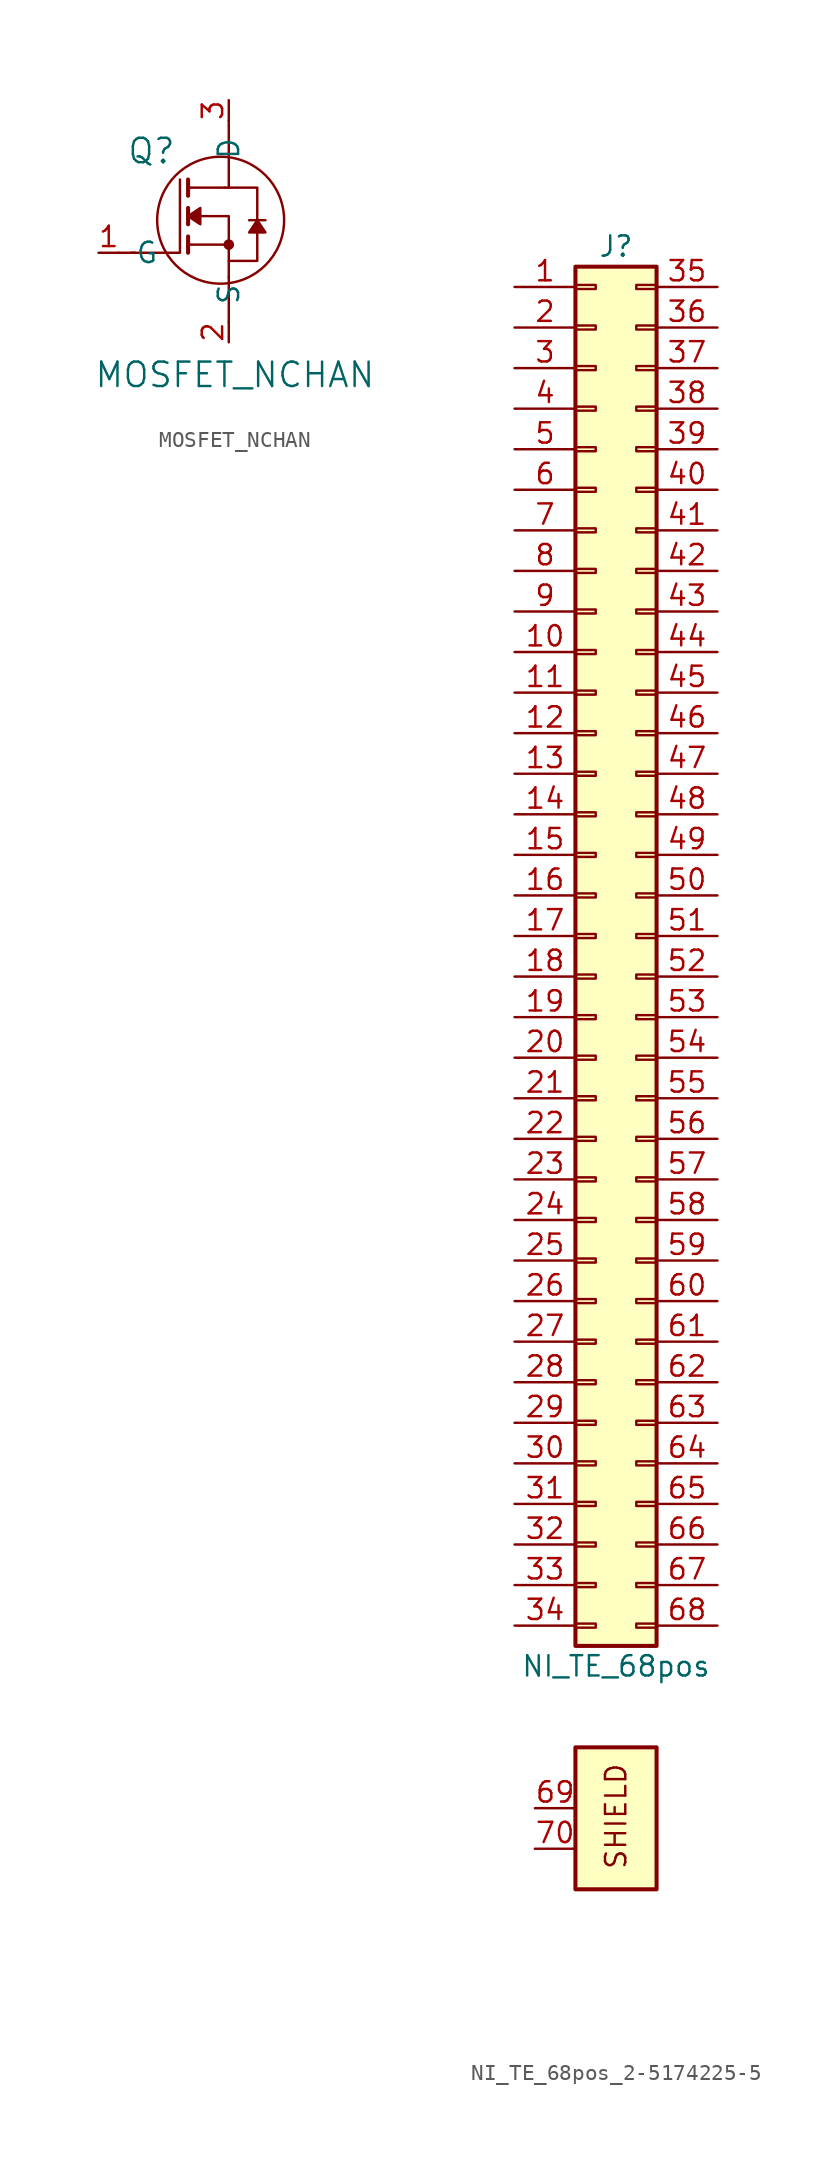
<source format=kicad_sym>
(kicad_symbol_lib
  (version 20231120)
  (generator "kicad_symbol_editor")
  (generator_version "8.0")
  (symbol "MOSFET_NCHAN"
    (pin_names
      (offset 1.016))
    (property "Reference" "Q"
      (at -4.826 6.35 0)
      (effects (font (size 1.524 1.524))))
    (property "Value" "MOSFET_NCHAN"
      (at 0.381 -7.62 0)
      (effects (font (size 1.524 1.524))))
    (property "Footprint" ""
      (at 0 2.286 0)
      (effects (font (size 1.524 1.524))))
    (property "Datasheet" ""
      (at 0 2.286 0)
      (effects (font (size 1.524 1.524))))
    (symbol "MOSFET_NCHAN_0_1"
      (circle (center -0.508 2.032) (radius 3.962) (stroke (width 0) (type solid)) (fill (type none)))
      (polyline (pts (xy -6.858 0) (xy -5.842 0)) (stroke (width 0) (type solid)) (fill (type none)))
      (polyline (pts (xy -2.54 0) (xy -2.54 1.016)) (stroke (width 0.254) (type solid)) (fill (type none)))
      (polyline (pts (xy -2.54 1.778) (xy -2.54 2.794)) (stroke (width 0.254) (type solid)) (fill (type none)))
      (polyline (pts (xy -2.54 3.556) (xy -2.54 4.572)) (stroke (width 0.254) (type solid)) (fill (type none)))
      (polyline (pts (xy -0.254 4.064) (xy -2.54 4.064)) (stroke (width 0) (type solid)) (fill (type none)))
      (polyline (pts (xy 0 -4.318) (xy 0 -1.524)) (stroke (width 0) (type solid)) (fill (type none)))
      (polyline (pts (xy 0 0.508) (xy 0 -1.524)) (stroke (width 0) (type solid)) (fill (type none)))
      (polyline (pts (xy 0 8.255) (xy 0 4.064)) (stroke (width 0) (type solid)) (fill (type none)))
      (polyline (pts (xy 1.27 2.032) (xy 2.286 2.032)) (stroke (width 0) (type solid)) (fill (type none)))
      (polyline (pts (xy -6.096 0) (xy -3.048 0) (xy -3.048 4.572)) (stroke (width 0) (type solid)) (fill (type none)))
      (polyline (pts (xy -2.54 0.508) (xy 0 0.508) (xy 0 2.286) (xy -1.778 2.286)) (stroke (width 0) (type solid)) (fill (type none)))
      (polyline (pts (xy -2.54 2.286) (xy -1.778 2.794) (xy -1.778 1.778) (xy -2.54 2.286)) (stroke (width 0) (type solid)) (fill (type outline)))
      (polyline (pts (xy 0 -0.508) (xy 1.778 -0.508) (xy 1.778 4.064) (xy -0.254 4.064)) (stroke (width 0) (type solid)) (fill (type none)))
      (polyline (pts (xy 1.778 2.032) (xy 1.27 1.27) (xy 2.286 1.27) (xy 1.778 2.032)) (stroke (width 0) (type solid)) (fill (type outline)))
      (circle (center 0 0.508) (radius 0.254) (stroke (width 0) (type solid)) (fill (type outline))))
    (symbol "MOSFET_NCHAN_1_1"
      (pin input line (at -8.128 0 0) (length 1.27) (name "G" (effects (font (size 1.27 1.27)))) (number "1" (effects (font (size 1.27 1.27)))))
      (pin input line (at 0 -5.588 90) (length 1.27) (name "S" (effects (font (size 1.27 1.27)))) (number "2" (effects (font (size 1.27 1.27)))))
      (pin input line (at 0 9.525 270) (length 1.27) (name "D" (effects (font (size 1.27 1.27)))) (number "3" (effects (font (size 1.27 1.27)))))))
  (symbol "NI_TE_68pos_2-5174225-5"
    (pin_names
      (offset 1.016) hide)
    (property "Reference" "J"
      (at 1.27 43.18 0)
      (effects (font (size 1.27 1.27))))
    (property "Value" "NI_TE_68pos"
      (at 1.27 -45.72 0)
      (effects (font (size 1.27 1.27))))
    (symbol "NI_TE_68pos_2-5174225-5_1_1"
      (rectangle (start -1.27 -50.8) (end 3.81 -59.69) (stroke (width 0.254) (type default)) (fill (type background)))
      (rectangle (start -1.27 -43.053) (end 0 -43.307) (stroke (width 0.152) (type default)) (fill (type none)))
      (rectangle (start -1.27 -40.513) (end 0 -40.767) (stroke (width 0.152) (type default)) (fill (type none)))
      (rectangle (start -1.27 -37.973) (end 0 -38.227) (stroke (width 0.152) (type default)) (fill (type none)))
      (rectangle (start -1.27 -35.433) (end 0 -35.687) (stroke (width 0.152) (type default)) (fill (type none)))
      (rectangle (start -1.27 -32.893) (end 0 -33.147) (stroke (width 0.152) (type default)) (fill (type none)))
      (rectangle (start -1.27 -30.353) (end 0 -30.607) (stroke (width 0.152) (type default)) (fill (type none)))
      (rectangle (start -1.27 -27.813) (end 0 -28.067) (stroke (width 0.152) (type default)) (fill (type none)))
      (rectangle (start -1.27 -25.273) (end 0 -25.527) (stroke (width 0.152) (type default)) (fill (type none)))
      (rectangle (start -1.27 -22.733) (end 0 -22.987) (stroke (width 0.152) (type default)) (fill (type none)))
      (rectangle (start -1.27 -20.193) (end 0 -20.447) (stroke (width 0.152) (type default)) (fill (type none)))
      (rectangle (start -1.27 -17.653) (end 0 -17.907) (stroke (width 0.152) (type default)) (fill (type none)))
      (rectangle (start -1.27 -15.113) (end 0 -15.367) (stroke (width 0.152) (type default)) (fill (type none)))
      (rectangle (start -1.27 -12.573) (end 0 -12.827) (stroke (width 0.152) (type default)) (fill (type none)))
      (rectangle (start -1.27 -10.033) (end 0 -10.287) (stroke (width 0.152) (type default)) (fill (type none)))
      (rectangle (start -1.27 -7.493) (end 0 -7.747) (stroke (width 0.152) (type default)) (fill (type none)))
      (rectangle (start -1.27 -4.953) (end 0 -5.207) (stroke (width 0.152) (type default)) (fill (type none)))
      (rectangle (start -1.27 -2.413) (end 0 -2.667) (stroke (width 0.152) (type default)) (fill (type none)))
      (rectangle (start -1.27 0.127) (end 0 -0.127) (stroke (width 0.152) (type default)) (fill (type none)))
      (rectangle (start -1.27 2.667) (end 0 2.413) (stroke (width 0.152) (type default)) (fill (type none)))
      (rectangle (start -1.27 5.207) (end 0 4.953) (stroke (width 0.152) (type default)) (fill (type none)))
      (rectangle (start -1.27 7.747) (end 0 7.493) (stroke (width 0.152) (type default)) (fill (type none)))
      (rectangle (start -1.27 10.287) (end 0 10.033) (stroke (width 0.152) (type default)) (fill (type none)))
      (rectangle (start -1.27 12.827) (end 0 12.573) (stroke (width 0.152) (type default)) (fill (type none)))
      (rectangle (start -1.27 15.367) (end 0 15.113) (stroke (width 0.152) (type default)) (fill (type none)))
      (rectangle (start -1.27 17.907) (end 0 17.653) (stroke (width 0.152) (type default)) (fill (type none)))
      (rectangle (start -1.27 20.447) (end 0 20.193) (stroke (width 0.152) (type default)) (fill (type none)))
      (rectangle (start -1.27 22.987) (end 0 22.733) (stroke (width 0.152) (type default)) (fill (type none)))
      (rectangle (start -1.27 25.527) (end 0 25.273) (stroke (width 0.152) (type default)) (fill (type none)))
      (rectangle (start -1.27 28.067) (end 0 27.813) (stroke (width 0.152) (type default)) (fill (type none)))
      (rectangle (start -1.27 30.607) (end 0 30.353) (stroke (width 0.152) (type default)) (fill (type none)))
      (rectangle (start -1.27 33.147) (end 0 32.893) (stroke (width 0.152) (type default)) (fill (type none)))
      (rectangle (start -1.27 35.687) (end 0 35.433) (stroke (width 0.152) (type default)) (fill (type none)))
      (rectangle (start -1.27 38.227) (end 0 37.973) (stroke (width 0.152) (type default)) (fill (type none)))
      (rectangle (start -1.27 40.767) (end 0 40.513) (stroke (width 0.152) (type default)) (fill (type none)))
      (rectangle (start -1.27 41.91) (end 3.81 -44.45) (stroke (width 0.254) (type default)) (fill (type background)))
      (rectangle (start 3.81 -43.053) (end 2.54 -43.307) (stroke (width 0.152) (type default)) (fill (type none)))
      (rectangle (start 3.81 -40.513) (end 2.54 -40.767) (stroke (width 0.152) (type default)) (fill (type none)))
      (rectangle (start 3.81 -37.973) (end 2.54 -38.227) (stroke (width 0.152) (type default)) (fill (type none)))
      (rectangle (start 3.81 -35.433) (end 2.54 -35.687) (stroke (width 0.152) (type default)) (fill (type none)))
      (rectangle (start 3.81 -32.893) (end 2.54 -33.147) (stroke (width 0.152) (type default)) (fill (type none)))
      (rectangle (start 3.81 -30.353) (end 2.54 -30.607) (stroke (width 0.152) (type default)) (fill (type none)))
      (rectangle (start 3.81 -27.813) (end 2.54 -28.067) (stroke (width 0.152) (type default)) (fill (type none)))
      (rectangle (start 3.81 -25.273) (end 2.54 -25.527) (stroke (width 0.152) (type default)) (fill (type none)))
      (rectangle (start 3.81 -22.733) (end 2.54 -22.987) (stroke (width 0.152) (type default)) (fill (type none)))
      (rectangle (start 3.81 -20.193) (end 2.54 -20.447) (stroke (width 0.152) (type default)) (fill (type none)))
      (rectangle (start 3.81 -17.653) (end 2.54 -17.907) (stroke (width 0.152) (type default)) (fill (type none)))
      (rectangle (start 3.81 -15.113) (end 2.54 -15.367) (stroke (width 0.152) (type default)) (fill (type none)))
      (rectangle (start 3.81 -12.573) (end 2.54 -12.827) (stroke (width 0.152) (type default)) (fill (type none)))
      (rectangle (start 3.81 -10.033) (end 2.54 -10.287) (stroke (width 0.152) (type default)) (fill (type none)))
      (rectangle (start 3.81 -7.493) (end 2.54 -7.747) (stroke (width 0.152) (type default)) (fill (type none)))
      (rectangle (start 3.81 -4.953) (end 2.54 -5.207) (stroke (width 0.152) (type default)) (fill (type none)))
      (rectangle (start 3.81 -2.413) (end 2.54 -2.667) (stroke (width 0.152) (type default)) (fill (type none)))
      (rectangle (start 3.81 0.127) (end 2.54 -0.127) (stroke (width 0.152) (type default)) (fill (type none)))
      (rectangle (start 3.81 2.667) (end 2.54 2.413) (stroke (width 0.152) (type default)) (fill (type none)))
      (rectangle (start 3.81 5.207) (end 2.54 4.953) (stroke (width 0.152) (type default)) (fill (type none)))
      (rectangle (start 3.81 7.747) (end 2.54 7.493) (stroke (width 0.152) (type default)) (fill (type none)))
      (rectangle (start 3.81 10.287) (end 2.54 10.033) (stroke (width 0.152) (type default)) (fill (type none)))
      (rectangle (start 3.81 12.827) (end 2.54 12.573) (stroke (width 0.152) (type default)) (fill (type none)))
      (rectangle (start 3.81 15.367) (end 2.54 15.113) (stroke (width 0.152) (type default)) (fill (type none)))
      (rectangle (start 3.81 17.907) (end 2.54 17.653) (stroke (width 0.152) (type default)) (fill (type none)))
      (rectangle (start 3.81 20.447) (end 2.54 20.193) (stroke (width 0.152) (type default)) (fill (type none)))
      (rectangle (start 3.81 22.987) (end 2.54 22.733) (stroke (width 0.152) (type default)) (fill (type none)))
      (rectangle (start 3.81 25.527) (end 2.54 25.273) (stroke (width 0.152) (type default)) (fill (type none)))
      (rectangle (start 3.81 28.067) (end 2.54 27.813) (stroke (width 0.152) (type default)) (fill (type none)))
      (rectangle (start 3.81 30.607) (end 2.54 30.353) (stroke (width 0.152) (type default)) (fill (type none)))
      (rectangle (start 3.81 33.147) (end 2.54 32.893) (stroke (width 0.152) (type default)) (fill (type none)))
      (rectangle (start 3.81 35.687) (end 2.54 35.433) (stroke (width 0.152) (type default)) (fill (type none)))
      (rectangle (start 3.81 38.227) (end 2.54 37.973) (stroke (width 0.152) (type default)) (fill (type none)))
      (rectangle (start 3.81 40.767) (end 2.54 40.513) (stroke (width 0.152) (type default)) (fill (type none)))
      (text "SHIELD" (at 1.27 -55.118 900) (effects (font (size 1.27 1.27))))
      (pin passive line (at -5.08 40.64 0) (length 3.81) (name "Pin_1" (effects (font (size 1.27 1.27)))) (number "1" (effects (font (size 1.27 1.27)))))
      (pin passive line (at -5.08 17.78 0) (length 3.81) (name "Pin_10" (effects (font (size 1.27 1.27)))) (number "10" (effects (font (size 1.27 1.27)))))
      (pin passive line (at -5.08 15.24 0) (length 3.81) (name "Pin_11" (effects (font (size 1.27 1.27)))) (number "11" (effects (font (size 1.27 1.27)))))
      (pin passive line (at -5.08 12.7 0) (length 3.81) (name "Pin_12" (effects (font (size 1.27 1.27)))) (number "12" (effects (font (size 1.27 1.27)))))
      (pin passive line (at -5.08 10.16 0) (length 3.81) (name "Pin_13" (effects (font (size 1.27 1.27)))) (number "13" (effects (font (size 1.27 1.27)))))
      (pin passive line (at -5.08 7.62 0) (length 3.81) (name "Pin_14" (effects (font (size 1.27 1.27)))) (number "14" (effects (font (size 1.27 1.27)))))
      (pin passive line (at -5.08 5.08 0) (length 3.81) (name "Pin_15" (effects (font (size 1.27 1.27)))) (number "15" (effects (font (size 1.27 1.27)))))
      (pin passive line (at -5.08 2.54 0) (length 3.81) (name "Pin_16" (effects (font (size 1.27 1.27)))) (number "16" (effects (font (size 1.27 1.27)))))
      (pin passive line (at -5.08 0 0) (length 3.81) (name "Pin_17" (effects (font (size 1.27 1.27)))) (number "17" (effects (font (size 1.27 1.27)))))
      (pin passive line (at -5.08 -2.54 0) (length 3.81) (name "Pin_18" (effects (font (size 1.27 1.27)))) (number "18" (effects (font (size 1.27 1.27)))))
      (pin passive line (at -5.08 -5.08 0) (length 3.81) (name "Pin_19" (effects (font (size 1.27 1.27)))) (number "19" (effects (font (size 1.27 1.27)))))
      (pin passive line (at -5.08 38.1 0) (length 3.81) (name "Pin_2" (effects (font (size 1.27 1.27)))) (number "2" (effects (font (size 1.27 1.27)))))
      (pin passive line (at -5.08 -7.62 0) (length 3.81) (name "Pin_20" (effects (font (size 1.27 1.27)))) (number "20" (effects (font (size 1.27 1.27)))))
      (pin passive line (at -5.08 -10.16 0) (length 3.81) (name "Pin_21" (effects (font (size 1.27 1.27)))) (number "21" (effects (font (size 1.27 1.27)))))
      (pin passive line (at -5.08 -12.7 0) (length 3.81) (name "Pin_22" (effects (font (size 1.27 1.27)))) (number "22" (effects (font (size 1.27 1.27)))))
      (pin passive line (at -5.08 -15.24 0) (length 3.81) (name "Pin_23" (effects (font (size 1.27 1.27)))) (number "23" (effects (font (size 1.27 1.27)))))
      (pin passive line (at -5.08 -17.78 0) (length 3.81) (name "Pin_24" (effects (font (size 1.27 1.27)))) (number "24" (effects (font (size 1.27 1.27)))))
      (pin passive line (at -5.08 -20.32 0) (length 3.81) (name "Pin_25" (effects (font (size 1.27 1.27)))) (number "25" (effects (font (size 1.27 1.27)))))
      (pin passive line (at -5.08 -22.86 0) (length 3.81) (name "Pin_26" (effects (font (size 1.27 1.27)))) (number "26" (effects (font (size 1.27 1.27)))))
      (pin passive line (at -5.08 -25.4 0) (length 3.81) (name "Pin_27" (effects (font (size 1.27 1.27)))) (number "27" (effects (font (size 1.27 1.27)))))
      (pin passive line (at -5.08 -27.94 0) (length 3.81) (name "Pin_28" (effects (font (size 1.27 1.27)))) (number "28" (effects (font (size 1.27 1.27)))))
      (pin passive line (at -5.08 -30.48 0) (length 3.81) (name "Pin_29" (effects (font (size 1.27 1.27)))) (number "29" (effects (font (size 1.27 1.27)))))
      (pin passive line (at -5.08 35.56 0) (length 3.81) (name "Pin_3" (effects (font (size 1.27 1.27)))) (number "3" (effects (font (size 1.27 1.27)))))
      (pin passive line (at -5.08 -33.02 0) (length 3.81) (name "Pin_30" (effects (font (size 1.27 1.27)))) (number "30" (effects (font (size 1.27 1.27)))))
      (pin passive line (at -5.08 -35.56 0) (length 3.81) (name "Pin_31" (effects (font (size 1.27 1.27)))) (number "31" (effects (font (size 1.27 1.27)))))
      (pin passive line (at -5.08 -38.1 0) (length 3.81) (name "Pin_32" (effects (font (size 1.27 1.27)))) (number "32" (effects (font (size 1.27 1.27)))))
      (pin passive line (at -5.08 -40.64 0) (length 3.81) (name "Pin_33" (effects (font (size 1.27 1.27)))) (number "33" (effects (font (size 1.27 1.27)))))
      (pin passive line (at -5.08 -43.18 0) (length 3.81) (name "Pin_34" (effects (font (size 1.27 1.27)))) (number "34" (effects (font (size 1.27 1.27)))))
      (pin passive line (at 7.62 40.64 180) (length 3.81) (name "Pin_35" (effects (font (size 1.27 1.27)))) (number "35" (effects (font (size 1.27 1.27)))))
      (pin passive line (at 7.62 38.1 180) (length 3.81) (name "Pin_36" (effects (font (size 1.27 1.27)))) (number "36" (effects (font (size 1.27 1.27)))))
      (pin passive line (at 7.62 35.56 180) (length 3.81) (name "Pin_37" (effects (font (size 1.27 1.27)))) (number "37" (effects (font (size 1.27 1.27)))))
      (pin passive line (at 7.62 33.02 180) (length 3.81) (name "Pin_38" (effects (font (size 1.27 1.27)))) (number "38" (effects (font (size 1.27 1.27)))))
      (pin passive line (at 7.62 30.48 180) (length 3.81) (name "Pin_39" (effects (font (size 1.27 1.27)))) (number "39" (effects (font (size 1.27 1.27)))))
      (pin passive line (at -5.08 33.02 0) (length 3.81) (name "Pin_4" (effects (font (size 1.27 1.27)))) (number "4" (effects (font (size 1.27 1.27)))))
      (pin passive line (at 7.62 27.94 180) (length 3.81) (name "Pin_40" (effects (font (size 1.27 1.27)))) (number "40" (effects (font (size 1.27 1.27)))))
      (pin passive line (at 7.62 25.4 180) (length 3.81) (name "Pin_41" (effects (font (size 1.27 1.27)))) (number "41" (effects (font (size 1.27 1.27)))))
      (pin passive line (at 7.62 22.86 180) (length 3.81) (name "Pin_42" (effects (font (size 1.27 1.27)))) (number "42" (effects (font (size 1.27 1.27)))))
      (pin passive line (at 7.62 20.32 180) (length 3.81) (name "Pin_43" (effects (font (size 1.27 1.27)))) (number "43" (effects (font (size 1.27 1.27)))))
      (pin passive line (at 7.62 17.78 180) (length 3.81) (name "Pin_44" (effects (font (size 1.27 1.27)))) (number "44" (effects (font (size 1.27 1.27)))))
      (pin passive line (at 7.62 15.24 180) (length 3.81) (name "Pin_45" (effects (font (size 1.27 1.27)))) (number "45" (effects (font (size 1.27 1.27)))))
      (pin passive line (at 7.62 12.7 180) (length 3.81) (name "Pin_46" (effects (font (size 1.27 1.27)))) (number "46" (effects (font (size 1.27 1.27)))))
      (pin passive line (at 7.62 10.16 180) (length 3.81) (name "Pin_47" (effects (font (size 1.27 1.27)))) (number "47" (effects (font (size 1.27 1.27)))))
      (pin passive line (at 7.62 7.62 180) (length 3.81) (name "Pin_48" (effects (font (size 1.27 1.27)))) (number "48" (effects (font (size 1.27 1.27)))))
      (pin passive line (at 7.62 5.08 180) (length 3.81) (name "Pin_49" (effects (font (size 1.27 1.27)))) (number "49" (effects (font (size 1.27 1.27)))))
      (pin passive line (at -5.08 30.48 0) (length 3.81) (name "Pin_5" (effects (font (size 1.27 1.27)))) (number "5" (effects (font (size 1.27 1.27)))))
      (pin passive line (at 7.62 2.54 180) (length 3.81) (name "Pin_50" (effects (font (size 1.27 1.27)))) (number "50" (effects (font (size 1.27 1.27)))))
      (pin passive line (at 7.62 0 180) (length 3.81) (name "Pin_51" (effects (font (size 1.27 1.27)))) (number "51" (effects (font (size 1.27 1.27)))))
      (pin passive line (at 7.62 -2.54 180) (length 3.81) (name "Pin_52" (effects (font (size 1.27 1.27)))) (number "52" (effects (font (size 1.27 1.27)))))
      (pin passive line (at 7.62 -5.08 180) (length 3.81) (name "Pin_53" (effects (font (size 1.27 1.27)))) (number "53" (effects (font (size 1.27 1.27)))))
      (pin passive line (at 7.62 -7.62 180) (length 3.81) (name "Pin_54" (effects (font (size 1.27 1.27)))) (number "54" (effects (font (size 1.27 1.27)))))
      (pin passive line (at 7.62 -10.16 180) (length 3.81) (name "Pin_55" (effects (font (size 1.27 1.27)))) (number "55" (effects (font (size 1.27 1.27)))))
      (pin passive line (at 7.62 -12.7 180) (length 3.81) (name "Pin_56" (effects (font (size 1.27 1.27)))) (number "56" (effects (font (size 1.27 1.27)))))
      (pin passive line (at 7.62 -15.24 180) (length 3.81) (name "Pin_57" (effects (font (size 1.27 1.27)))) (number "57" (effects (font (size 1.27 1.27)))))
      (pin passive line (at 7.62 -17.78 180) (length 3.81) (name "Pin_58" (effects (font (size 1.27 1.27)))) (number "58" (effects (font (size 1.27 1.27)))))
      (pin passive line (at 7.62 -20.32 180) (length 3.81) (name "Pin_59" (effects (font (size 1.27 1.27)))) (number "59" (effects (font (size 1.27 1.27)))))
      (pin passive line (at -5.08 27.94 0) (length 3.81) (name "Pin_6" (effects (font (size 1.27 1.27)))) (number "6" (effects (font (size 1.27 1.27)))))
      (pin passive line (at 7.62 -22.86 180) (length 3.81) (name "Pin_60" (effects (font (size 1.27 1.27)))) (number "60" (effects (font (size 1.27 1.27)))))
      (pin passive line (at 7.62 -25.4 180) (length 3.81) (name "Pin_61" (effects (font (size 1.27 1.27)))) (number "61" (effects (font (size 1.27 1.27)))))
      (pin passive line (at 7.62 -27.94 180) (length 3.81) (name "Pin_62" (effects (font (size 1.27 1.27)))) (number "62" (effects (font (size 1.27 1.27)))))
      (pin passive line (at 7.62 -30.48 180) (length 3.81) (name "Pin_63" (effects (font (size 1.27 1.27)))) (number "63" (effects (font (size 1.27 1.27)))))
      (pin passive line (at 7.62 -33.02 180) (length 3.81) (name "Pin_64" (effects (font (size 1.27 1.27)))) (number "64" (effects (font (size 1.27 1.27)))))
      (pin passive line (at 7.62 -35.56 180) (length 3.81) (name "Pin_65" (effects (font (size 1.27 1.27)))) (number "65" (effects (font (size 1.27 1.27)))))
      (pin passive line (at 7.62 -38.1 180) (length 3.81) (name "Pin_66" (effects (font (size 1.27 1.27)))) (number "66" (effects (font (size 1.27 1.27)))))
      (pin passive line (at 7.62 -40.64 180) (length 3.81) (name "Pin_67" (effects (font (size 1.27 1.27)))) (number "67" (effects (font (size 1.27 1.27)))))
      (pin passive line (at 7.62 -43.18 180) (length 3.81) (name "Pin_68" (effects (font (size 1.27 1.27)))) (number "68" (effects (font (size 1.27 1.27)))))
      (pin input line (at -3.81 -54.61 0) (length 2.54) (name "GND" (effects (font (size 1.27 1.27)))) (number "69" (effects (font (size 1.27 1.27)))))
      (pin passive line (at -5.08 25.4 0) (length 3.81) (name "Pin_7" (effects (font (size 1.27 1.27)))) (number "7" (effects (font (size 1.27 1.27)))))
      (pin input line (at -3.81 -57.15 0) (length 2.54) (name "GND" (effects (font (size 1.27 1.27)))) (number "70" (effects (font (size 1.27 1.27)))))
      (pin passive line (at -5.08 22.86 0) (length 3.81) (name "Pin_8" (effects (font (size 1.27 1.27)))) (number "8" (effects (font (size 1.27 1.27)))))
      (pin passive line (at -5.08 20.32 0) (length 3.81) (name "Pin_9" (effects (font (size 1.27 1.27)))) (number "9" (effects (font (size 1.27 1.27))))))))
</source>
